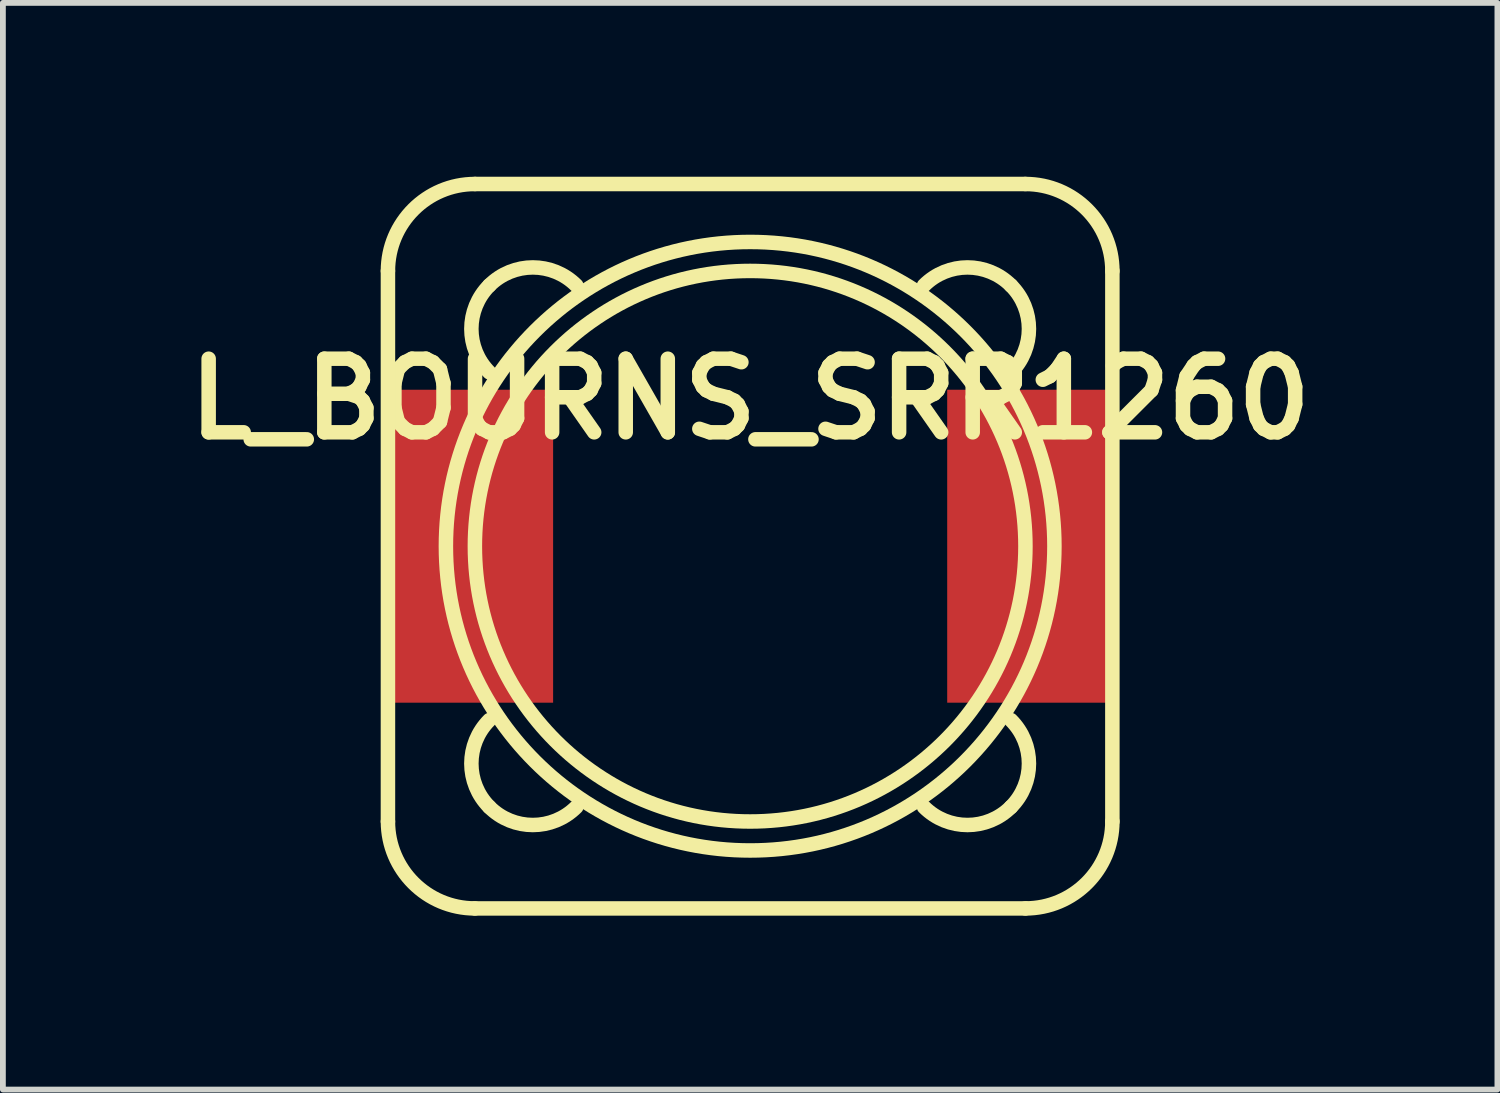
<source format=kicad_pcb>
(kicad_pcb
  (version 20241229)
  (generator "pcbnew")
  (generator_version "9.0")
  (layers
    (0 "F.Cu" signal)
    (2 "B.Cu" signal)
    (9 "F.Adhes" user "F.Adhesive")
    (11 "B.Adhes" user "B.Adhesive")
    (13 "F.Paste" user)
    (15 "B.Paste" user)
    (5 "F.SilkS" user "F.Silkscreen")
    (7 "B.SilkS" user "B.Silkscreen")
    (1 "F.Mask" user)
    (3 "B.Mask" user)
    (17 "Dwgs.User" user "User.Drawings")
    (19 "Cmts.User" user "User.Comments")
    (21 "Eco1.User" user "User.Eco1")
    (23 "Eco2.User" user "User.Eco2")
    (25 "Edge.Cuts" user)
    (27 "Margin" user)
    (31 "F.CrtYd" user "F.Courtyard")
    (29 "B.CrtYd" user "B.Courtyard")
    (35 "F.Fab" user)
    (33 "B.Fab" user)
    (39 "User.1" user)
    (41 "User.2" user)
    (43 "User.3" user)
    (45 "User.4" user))
  (footprint "L_BOURNS_SRR1260"
    (layer "F.Cu")
    (at 9.894 6.375)
    (property "Reference" "L_BOURNS_SRR1260" (at 0 -2.54 0) (layer "F.SilkS") (effects (font (size 1.27 1.27) (thickness 0.25))))
    (attr through_hole)
    (fp_line (start -6.25 4.75) (end -6.25 -4.75) (stroke (width 0.25) (type solid)) (layer "F.SilkS"))
    (fp_line (start -4.75 -6.25) (end 4.75 -6.25) (stroke (width 0.25) (type solid)) (layer "F.SilkS"))
    (fp_line (start 4.75 6.25) (end -4.75 6.25) (stroke (width 0.25) (type solid)) (layer "F.SilkS"))
    (fp_line (start 6.25 -4.75) (end 6.25 4.75) (stroke (width 0.25) (type solid)) (layer "F.SilkS"))
    (fp_arc (start -6.25 -4.75) (mid -5.81066 -5.81066) (end -4.75 -6.25) (stroke (width 0.25) (type solid)) (layer "F.SilkS"))
    (fp_arc (start -4.75 6.25) (mid -5.81066 5.81066) (end -6.25 4.75) (stroke (width 0.25) (type solid)) (layer "F.SilkS"))
    (fp_arc (start -4.5 -4.5) (mid -3.75 -4.81066) (end -3 -4.5) (stroke (width 0.25) (type solid)) (layer "F.SilkS"))
    (fp_arc (start -4.5 -3) (mid -4.81066 -3.75) (end -4.5 -4.5) (stroke (width 0.25) (type solid)) (layer "F.SilkS"))
    (fp_arc (start -4.5 4.5) (mid -4.81066 3.75) (end -4.5 3) (stroke (width 0.25) (type solid)) (layer "F.SilkS"))
    (fp_arc (start -3 4.5) (mid -3.75 4.81066) (end -4.5 4.5) (stroke (width 0.25) (type solid)) (layer "F.SilkS"))
    (fp_arc (start 3 -4.5) (mid 3.75 -4.81066) (end 4.5 -4.5) (stroke (width 0.25) (type solid)) (layer "F.SilkS"))
    (fp_arc (start 4.5 -4.5) (mid 4.81066 -3.75) (end 4.5 -3) (stroke (width 0.25) (type solid)) (layer "F.SilkS"))
    (fp_arc (start 4.5 3) (mid 4.81066 3.75) (end 4.5 4.5) (stroke (width 0.25) (type solid)) (layer "F.SilkS"))
    (fp_arc (start 4.5 4.5) (mid 3.75 4.81066) (end 3 4.5) (stroke (width 0.25) (type solid)) (layer "F.SilkS"))
    (fp_arc (start 4.75 -6.25) (mid 5.81066 -5.81066) (end 6.25 -4.75) (stroke (width 0.25) (type solid)) (layer "F.SilkS"))
    (fp_arc (start 6.25 4.75) (mid 5.81066 5.81066) (end 4.75 6.25) (stroke (width 0.25) (type solid)) (layer "F.SilkS"))
    (fp_circle (center 0 0) (end 4.75 0) (stroke (width 0.25) (type solid)) (fill no) (layer "F.SilkS"))
    (fp_circle (center 0 0) (end 5.25 0) (stroke (width 0.25) (type solid)) (fill no) (layer "F.SilkS"))
    (pad "1" smd rect (at -4.85 0) (size 2.9 5.4) (layers "F.Cu" "F.Mask"))
    (pad "2" smd rect (at 4.85 0) (size 2.9 5.4) (layers "F.Cu" "F.Mask")))
  (gr_rect
    (start -3 -3)
    (end 22.788 15.75)
    (stroke (width 0.1) (type default))
    (fill no)
    (layer "Edge.Cuts")))
</source>
